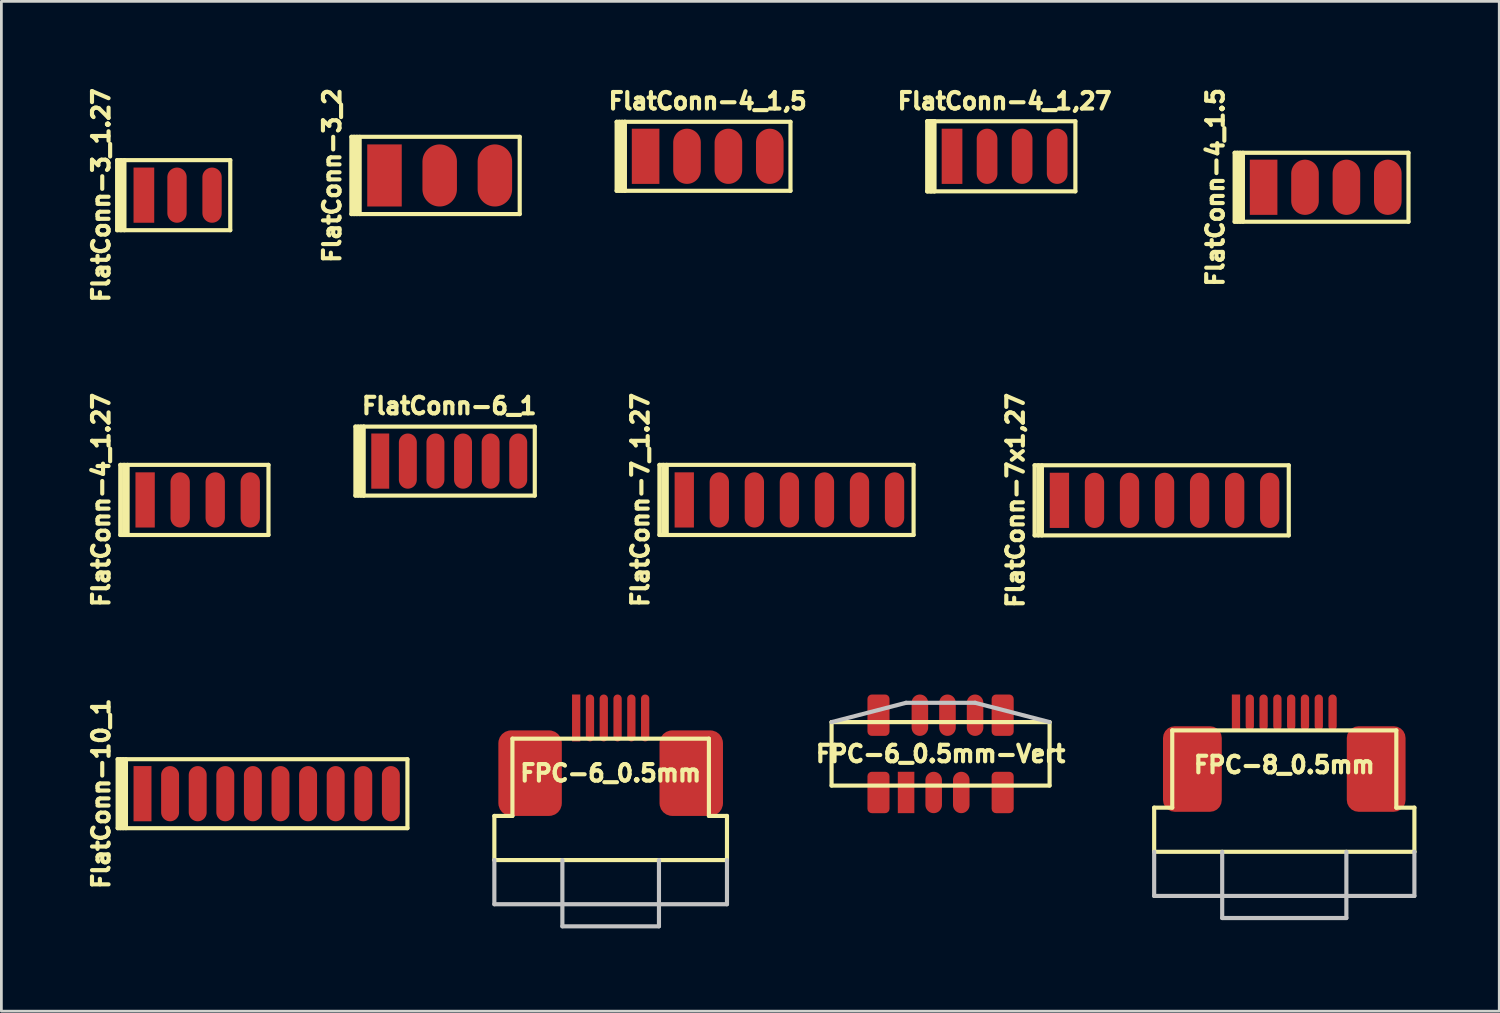
<source format=kicad_pcb>
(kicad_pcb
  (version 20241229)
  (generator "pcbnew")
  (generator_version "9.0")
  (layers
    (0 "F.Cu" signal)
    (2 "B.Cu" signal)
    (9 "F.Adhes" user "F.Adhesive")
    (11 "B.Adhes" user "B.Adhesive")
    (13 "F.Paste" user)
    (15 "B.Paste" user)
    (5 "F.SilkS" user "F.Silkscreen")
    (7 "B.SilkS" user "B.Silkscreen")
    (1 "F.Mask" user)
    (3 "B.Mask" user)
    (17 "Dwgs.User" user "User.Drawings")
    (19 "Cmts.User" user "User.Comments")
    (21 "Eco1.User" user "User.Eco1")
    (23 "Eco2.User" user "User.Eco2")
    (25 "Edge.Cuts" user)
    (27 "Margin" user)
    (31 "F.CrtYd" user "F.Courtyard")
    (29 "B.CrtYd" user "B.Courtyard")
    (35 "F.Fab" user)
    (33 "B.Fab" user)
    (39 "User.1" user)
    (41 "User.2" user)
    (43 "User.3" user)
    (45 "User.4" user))
  (footprint "FlatConn-6_1"
    (layer "F.Cu")
    (at 13.229 13.659)
    (property "Reference" "FlatConn-6_1" (at 0 -2 0) (layer "F.SilkS") (effects (font (size 0.6 0.6) (thickness 0.15))))
    (attr through_hole)
    (fp_line (start -3.4 -1.25) (end -3.1 -1.25) (stroke (width 0.15) (type solid)) (layer "F.SilkS"))
    (fp_line (start -3.4 1.25) (end -3.4 -1.25) (stroke (width 0.15) (type solid)) (layer "F.SilkS"))
    (fp_line (start -3.3 -1.25) (end -3.3 1.25) (stroke (width 0.15) (type solid)) (layer "F.SilkS"))
    (fp_line (start -3.2 1.25) (end -3.2 -1.25) (stroke (width 0.15) (type solid)) (layer "F.SilkS"))
    (fp_line (start -3.1 -1.25) (end 3.1 -1.25) (stroke (width 0.15) (type solid)) (layer "F.SilkS"))
    (fp_line (start -3.1 1.25) (end -3.4 1.25) (stroke (width 0.15) (type solid)) (layer "F.SilkS"))
    (fp_line (start -3.1 1.25) (end -3.1 -1.25) (stroke (width 0.15) (type solid)) (layer "F.SilkS"))
    (fp_line (start -3.1 1.25) (end 3.1 1.25) (stroke (width 0.15) (type solid)) (layer "F.SilkS"))
    (fp_line (start 3.1 1.25) (end 3.1 -1.25) (stroke (width 0.15) (type solid)) (layer "F.SilkS"))
    (pad "1" smd rect (at -2.5 0) (size 0.65 2) (layers "F.Cu" "F.Mask" "F.Paste"))
    (pad "2" smd oval (at -1.5 0) (size 0.65 2) (layers "F.Cu" "F.Mask" "F.Paste"))
    (pad "3" smd oval (at -0.5 0) (size 0.65 2) (layers "F.Cu" "F.Mask" "F.Paste"))
    (pad "4" smd oval (at 0.5 0) (size 0.65 2) (layers "F.Cu" "F.Mask" "F.Paste"))
    (pad "5" smd oval (at 1.5 0) (size 0.65 2) (layers "F.Cu" "F.Mask" "F.Paste"))
    (pad "6" smd oval (at 2.5 0) (size 0.65 2) (layers "F.Cu" "F.Mask" "F.Paste")))
  (footprint "FlatConn-3_2"
    (layer "F.Cu")
    (at 12.883 3.308)
    (property "Reference" "FlatConn-3_2" (at -3.9 0 90) (layer "F.SilkS") (effects (font (size 0.6 0.6) (thickness 0.15))))
    (attr through_hole)
    (fp_line (start -3.2 -1.4) (end 2.9 -1.4) (stroke (width 0.15) (type solid)) (layer "F.SilkS"))
    (fp_line (start -3.2 1.4) (end -3.2 -1.4) (stroke (width 0.15) (type solid)) (layer "F.SilkS"))
    (fp_line (start -3.1 -1.4) (end -3.1 1.4) (stroke (width 0.15) (type solid)) (layer "F.SilkS"))
    (fp_line (start -3 1.4) (end -3 -1.4) (stroke (width 0.15) (type solid)) (layer "F.SilkS"))
    (fp_line (start -2.9 1.4) (end -2.9 -1.4) (stroke (width 0.15) (type solid)) (layer "F.SilkS"))
    (fp_line (start 2.9 1.4) (end -3.2 1.4) (stroke (width 0.15) (type solid)) (layer "F.SilkS"))
    (fp_line (start 2.9 1.4) (end 2.9 -1.4) (stroke (width 0.15) (type solid)) (layer "F.SilkS"))
    (pad "1" smd rect (at -2 0) (size 1.25 2.25) (layers "F.Cu" "F.Mask" "F.Paste"))
    (pad "2" smd oval (at 0 0) (size 1.25 2.25) (layers "F.Cu" "F.Mask" "F.Paste"))
    (pad "3" smd oval (at 2 0) (size 1.25 2.25) (layers "F.Cu" "F.Mask" "F.Paste")))
  (footprint "FlatConn-7_1.27"
    (layer "F.Cu")
    (at 25.556 15.066)
    (property "Reference" "FlatConn-7_1.27" (at -5.405 0 90) (layer "F.SilkS") (effects (font (size 0.6 0.6) (thickness 0.15))))
    (attr through_hole)
    (fp_line (start -4.71 -1.27) (end 4.5 -1.27) (stroke (width 0.15) (type solid)) (layer "F.SilkS"))
    (fp_line (start -4.71 1.27) (end -4.71 -1.27) (stroke (width 0.15) (type solid)) (layer "F.SilkS"))
    (fp_line (start -4.71 1.27) (end 4.5 1.27) (stroke (width 0.15) (type solid)) (layer "F.SilkS"))
    (fp_line (start -4.572 -1.27) (end -4.572 1.27) (stroke (width 0.15) (type solid)) (layer "F.SilkS"))
    (fp_line (start -4.445 1.27) (end -4.445 -1.27) (stroke (width 0.15) (type solid)) (layer "F.SilkS"))
    (fp_line (start 4.5 -1.27) (end 4.5 1.27) (stroke (width 0.15) (type solid)) (layer "F.SilkS"))
    (pad "1" smd rect (at -3.81 0) (size 0.7 2) (layers "F.Cu" "F.Mask" "F.Paste"))
    (pad "2" smd oval (at -2.54 0) (size 0.7 2) (layers "F.Cu" "F.Mask" "F.Paste"))
    (pad "3" smd oval (at -1.27 0) (size 0.7 2) (layers "F.Cu" "F.Mask" "F.Paste"))
    (pad "4" smd oval (at 0 0) (size 0.7 2) (layers "F.Cu" "F.Mask" "F.Paste"))
    (pad "5" smd oval (at 1.27 0) (size 0.7 2) (layers "F.Cu" "F.Mask" "F.Paste"))
    (pad "6" smd oval (at 2.54 0) (size 0.7 2) (layers "F.Cu" "F.Mask" "F.Paste"))
    (pad "7" smd oval (at 3.81 0) (size 0.7 2) (layers "F.Cu" "F.Mask" "F.Paste")))
  (footprint "FPC-8_0.5mm"
    (layer "F.Cu")
    (at 43.489 25.267)
    (property "Reference" "FPC-8_0.5mm" (at 0 -0.6 0) (layer "F.SilkS") (effects (font (size 0.6 0.6) (thickness 0.15))))
    (attr smd)
    (fp_line (start -4.715 0.95) (end -4.06 0.95) (stroke (width 0.15) (type solid)) (layer "F.SilkS"))
    (fp_line (start -4.715 2.55) (end -4.715 0.95) (stroke (width 0.15) (type solid)) (layer "F.SilkS"))
    (fp_line (start -4.715 2.55) (end 4.715 2.55) (stroke (width 0.15) (type solid)) (layer "F.SilkS"))
    (fp_line (start -4.06 0.95) (end -4.06 -1.85) (stroke (width 0.15) (type solid)) (layer "F.SilkS"))
    (fp_line (start 4.06 -1.85) (end -4.06 -1.85) (stroke (width 0.15) (type solid)) (layer "F.SilkS"))
    (fp_line (start 4.06 0.95) (end 4.06 -1.85) (stroke (width 0.15) (type solid)) (layer "F.SilkS"))
    (fp_line (start 4.715 0.95) (end 4.06 0.95) (stroke (width 0.15) (type solid)) (layer "F.SilkS"))
    (fp_line (start 4.715 2.55) (end 4.715 0.95) (stroke (width 0.15) (type solid)) (layer "F.SilkS"))
    (fp_line (start -4.715 4.15) (end -4.715 2.55) (stroke (width 0.15) (type solid)) (layer "Dwgs.User"))
    (fp_line (start -2.25 4.95) (end -2.25 2.55) (stroke (width 0.15) (type solid)) (layer "Dwgs.User"))
    (fp_line (start 2.25 4.95) (end -2.25 4.95) (stroke (width 0.15) (type solid)) (layer "Dwgs.User"))
    (fp_line (start 2.25 4.95) (end 2.25 2.55) (stroke (width 0.15) (type solid)) (layer "Dwgs.User"))
    (fp_line (start 4.715 2.55) (end 4.715 4.15) (stroke (width 0.15) (type solid)) (layer "Dwgs.User"))
    (fp_line (start 4.715 4.15) (end -4.715 4.15) (stroke (width 0.15) (type solid)) (layer "Dwgs.User"))
    (pad "1" smd rect (at -1.75 -2.5) (size 0.3 1.3) (layers "F.Cu" "F.Mask" "F.Paste"))
    (pad "2" smd oval (at -1.25 -2.5) (size 0.3 1.3) (layers "F.Cu" "F.Mask" "F.Paste"))
    (pad "3" smd oval (at -0.75 -2.5) (size 0.3 1.3) (layers "F.Cu" "F.Mask" "F.Paste"))
    (pad "4" smd oval (at -0.25 -2.5) (size 0.3 1.3) (layers "F.Cu" "F.Mask" "F.Paste"))
    (pad "5" smd oval (at 0.25 -2.5) (size 0.3 1.3) (layers "F.Cu" "F.Mask" "F.Paste"))
    (pad "6" smd oval (at 0.75 -2.5) (size 0.3 1.3) (layers "F.Cu" "F.Mask" "F.Paste"))
    (pad "7" smd oval (at 1.25 -2.5) (size 0.3 1.3) (layers "F.Cu" "F.Mask" "F.Paste"))
    (pad "8" smd oval (at 1.75 -2.5) (size 0.3 1.3) (layers "F.Cu" "F.Mask" "F.Paste"))
    (pad "H" smd roundrect (at -3.33 -0.45) (size 2.13 3.1) (layers "F.Cu" "F.Mask" "F.Paste") (roundrect_rratio 0.2))
    (pad "H" smd roundrect (at 3.33 -0.45) (size 2.13 3.1) (layers "F.Cu" "F.Mask" "F.Paste") (roundrect_rratio 0.2)))
  (footprint "FlatConn-4_1,27"
    (layer "F.Cu")
    (at 33.354 2.614)
    (property "Reference" "FlatConn-4_1,27" (at 0 -2 0) (layer "F.SilkS") (effects (font (size 0.6 0.6) (thickness 0.15))))
    (attr through_hole)
    (fp_line (start -2.805 -1.27) (end 2.565 -1.27) (stroke (width 0.15) (type solid)) (layer "F.SilkS"))
    (fp_line (start -2.805 1.27) (end -2.805 -1.27) (stroke (width 0.15) (type solid)) (layer "F.SilkS"))
    (fp_line (start -2.805 1.27) (end 2.565 1.27) (stroke (width 0.15) (type solid)) (layer "F.SilkS"))
    (fp_line (start -2.794 -1.27) (end -2.54 -1.27) (stroke (width 0.15) (type solid)) (layer "F.SilkS"))
    (fp_line (start -2.667 -1.27) (end -2.667 1.27) (stroke (width 0.15) (type solid)) (layer "F.SilkS"))
    (fp_line (start -2.54 -1.27) (end -2.667 -1.27) (stroke (width 0.15) (type solid)) (layer "F.SilkS"))
    (fp_line (start -2.54 1.27) (end -2.794 1.27) (stroke (width 0.15) (type solid)) (layer "F.SilkS"))
    (fp_line (start -2.54 1.27) (end -2.54 -1.27) (stroke (width 0.15) (type solid)) (layer "F.SilkS"))
    (fp_line (start 2.565 -1.27) (end 2.565 1.27) (stroke (width 0.15) (type solid)) (layer "F.SilkS"))
    (pad "1" smd rect (at -1.905 0) (size 0.75 2) (layers "F.Cu" "F.Mask" "F.Paste"))
    (pad "2" smd oval (at -0.635 0) (size 0.75 2) (layers "F.Cu" "F.Mask" "F.Paste"))
    (pad "3" smd oval (at 0.635 0) (size 0.75 2) (layers "F.Cu" "F.Mask" "F.Paste"))
    (pad "4" smd oval (at 1.905 0) (size 0.75 2) (layers "F.Cu" "F.Mask" "F.Paste")))
  (footprint "FPC-6_0.5mm"
    (layer "F.Cu")
    (at 19.079 24.967)
    (property "Reference" "FPC-6_0.5mm" (at 0 0 0) (layer "F.SilkS") (effects (font (size 0.6 0.6) (thickness 0.15))))
    (attr smd)
    (fp_line (start -4.215 1.55) (end -3.56 1.55) (stroke (width 0.15) (type solid)) (layer "F.SilkS"))
    (fp_line (start -4.215 3.15) (end -4.215 1.55) (stroke (width 0.15) (type solid)) (layer "F.SilkS"))
    (fp_line (start -4.215 3.15) (end 4.215 3.15) (stroke (width 0.15) (type solid)) (layer "F.SilkS"))
    (fp_line (start -3.56 1.55) (end -3.56 -1.25) (stroke (width 0.15) (type solid)) (layer "F.SilkS"))
    (fp_line (start 3.56 -1.25) (end -3.56 -1.25) (stroke (width 0.15) (type solid)) (layer "F.SilkS"))
    (fp_line (start 3.56 1.55) (end 3.56 -1.25) (stroke (width 0.15) (type solid)) (layer "F.SilkS"))
    (fp_line (start 4.215 1.55) (end 3.56 1.55) (stroke (width 0.15) (type solid)) (layer "F.SilkS"))
    (fp_line (start 4.215 3.15) (end 4.215 1.55) (stroke (width 0.15) (type solid)) (layer "F.SilkS"))
    (fp_line (start -4.215 4.75) (end -4.215 3.15) (stroke (width 0.15) (type solid)) (layer "Dwgs.User"))
    (fp_line (start -1.75 5.55) (end -1.75 3.15) (stroke (width 0.15) (type solid)) (layer "Dwgs.User"))
    (fp_line (start 1.75 5.55) (end -1.75 5.55) (stroke (width 0.15) (type solid)) (layer "Dwgs.User"))
    (fp_line (start 1.75 5.55) (end 1.75 3.15) (stroke (width 0.15) (type solid)) (layer "Dwgs.User"))
    (fp_line (start 4.215 3.15) (end 4.215 4.75) (stroke (width 0.15) (type solid)) (layer "Dwgs.User"))
    (fp_line (start 4.215 4.75) (end -4.215 4.75) (stroke (width 0.15) (type solid)) (layer "Dwgs.User"))
    (pad "1" smd rect (at -1.25 -2) (size 0.3 1.7) (layers "F.Cu" "F.Mask" "F.Paste"))
    (pad "2" smd oval (at -0.75 -2) (size 0.3 1.7) (layers "F.Cu" "F.Mask" "F.Paste"))
    (pad "3" smd oval (at -0.25 -2) (size 0.3 1.7) (layers "F.Cu" "F.Mask" "F.Paste"))
    (pad "4" smd oval (at 0.25 -2) (size 0.3 1.7) (layers "F.Cu" "F.Mask" "F.Paste"))
    (pad "5" smd oval (at 0.75 -2) (size 0.3 1.7) (layers "F.Cu" "F.Mask" "F.Paste"))
    (pad "6" smd oval (at 1.25 -2) (size 0.3 1.7) (layers "F.Cu" "F.Mask" "F.Paste"))
    (pad "H" smd roundrect (at -2.92 0) (size 2.3 3.1) (layers "F.Cu" "F.Mask" "F.Paste") (roundrect_rratio 0.2))
    (pad "H" smd roundrect (at 2.92 0) (size 2.3 3.1) (layers "F.Cu" "F.Mask" "F.Paste") (roundrect_rratio 0.2)))
  (footprint "FlatConn-4_1.5"
    (layer "F.Cu")
    (at 44.99 3.736)
    (property "Reference" "FlatConn-4_1.5" (at -4 0 90) (layer "F.SilkS") (effects (font (size 0.6 0.6) (thickness 0.15))))
    (attr through_hole)
    (fp_line (start -3.3 -1.25) (end 3 -1.25) (stroke (width 0.15) (type solid)) (layer "F.SilkS"))
    (fp_line (start -3.3 1.25) (end -3.3 -1.25) (stroke (width 0.15) (type solid)) (layer "F.SilkS"))
    (fp_line (start -3.2 -1.25) (end -3.2 1.25) (stroke (width 0.15) (type solid)) (layer "F.SilkS"))
    (fp_line (start -3.1 1.25) (end -3.1 -1.25) (stroke (width 0.15) (type solid)) (layer "F.SilkS"))
    (fp_line (start -3 1.25) (end -3 -1.25) (stroke (width 0.15) (type solid)) (layer "F.SilkS"))
    (fp_line (start 3 1.25) (end -3.3 1.25) (stroke (width 0.15) (type solid)) (layer "F.SilkS"))
    (fp_line (start 3 1.25) (end 3 -1.25) (stroke (width 0.15) (type solid)) (layer "F.SilkS"))
    (pad "1" smd rect (at -2.25 0) (size 1 2) (layers "F.Cu" "F.Mask" "F.Paste"))
    (pad "2" smd oval (at -0.75 0) (size 1 2) (layers "F.Cu" "F.Mask" "F.Paste"))
    (pad "3" smd oval (at 0.75 0) (size 1 2) (layers "F.Cu" "F.Mask" "F.Paste"))
    (pad "4" smd oval (at 2.25 0) (size 1 2) (layers "F.Cu" "F.Mask" "F.Paste")))
  (footprint "FPC-6_0.5mm-Vert"
    (layer "F.Cu")
    (at 31.034 24.267)
    (property "Reference" "FPC-6_0.5mm-Vert" (at 0 0 0) (layer "F.SilkS") (effects (font (size 0.6 0.6) (thickness 0.15))))
    (attr smd)
    (fp_line (start -3.95 1.15) (end -3.95 -1.15) (stroke (width 0.15) (type solid)) (layer "F.SilkS"))
    (fp_line (start 3.95 -1.15) (end -3.95 -1.15) (stroke (width 0.15) (type solid)) (layer "F.SilkS"))
    (fp_line (start 3.95 1.15) (end -3.95 1.15) (stroke (width 0.15) (type solid)) (layer "F.SilkS"))
    (fp_line (start 3.95 1.15) (end 3.95 -1.15) (stroke (width 0.15) (type solid)) (layer "F.SilkS"))
    (fp_line (start -1.25 -1.85) (end -3.95 -1.15) (stroke (width 0.15) (type solid)) (layer "Dwgs.User"))
    (fp_line (start 1.25 -1.85) (end -1.25 -1.85) (stroke (width 0.15) (type solid)) (layer "Dwgs.User"))
    (fp_line (start 3.95 -1.15) (end 1.25 -1.85) (stroke (width 0.15) (type solid)) (layer "Dwgs.User"))
    (pad "1" smd rect (at -1.25 1.4) (size 0.6 1.5) (layers "F.Cu" "F.Mask" "F.Paste"))
    (pad "2" smd oval (at -0.75 -1.4) (size 0.6 1.5) (layers "F.Cu" "F.Mask" "F.Paste"))
    (pad "3" smd oval (at -0.25 1.4) (size 0.6 1.5) (layers "F.Cu" "F.Mask" "F.Paste"))
    (pad "4" smd oval (at 0.25 -1.4) (size 0.6 1.5) (layers "F.Cu" "F.Mask" "F.Paste"))
    (pad "5" smd oval (at 0.75 1.4) (size 0.6 1.5) (layers "F.Cu" "F.Mask" "F.Paste"))
    (pad "6" smd oval (at 1.25 -1.4) (size 0.6 1.5) (layers "F.Cu" "F.Mask" "F.Paste"))
    (pad "H" smd roundrect (at -2.25 -1.4) (size 0.8 1.5) (layers "F.Cu" "F.Mask" "F.Paste") (roundrect_rratio 0.2))
    (pad "H" smd roundrect (at -2.25 1.4) (size 0.8 1.5) (layers "F.Cu" "F.Mask" "F.Paste") (roundrect_rratio 0.2))
    (pad "H" smd roundrect (at 2.25 -1.4) (size 0.8 1.5) (layers "F.Cu" "F.Mask" "F.Paste") (roundrect_rratio 0.2))
    (pad "H" smd roundrect (at 2.25 1.4) (size 0.8 1.5) (layers "F.Cu" "F.Mask" "F.Paste") (roundrect_rratio 0.2)))
  (footprint "FlatConn-10_1"
    (layer "F.Cu")
    (at 6.614 25.711)
    (property "Reference" "FlatConn-10_1" (at -6 0 90) (layer "F.SilkS") (effects (font (size 0.6 0.6) (thickness 0.15))))
    (attr through_hole)
    (fp_line (start -5.4 -1.25) (end 5.1 -1.25) (stroke (width 0.15) (type solid)) (layer "F.SilkS"))
    (fp_line (start -5.4 1.25) (end -5.4 -1.25) (stroke (width 0.15) (type solid)) (layer "F.SilkS"))
    (fp_line (start -5.4 1.25) (end 5.1 1.25) (stroke (width 0.15) (type solid)) (layer "F.SilkS"))
    (fp_line (start -5.3 -1.25) (end -5.3 1.25) (stroke (width 0.15) (type solid)) (layer "F.SilkS"))
    (fp_line (start -5.2 1.25) (end -5.2 -1.25) (stroke (width 0.15) (type solid)) (layer "F.SilkS"))
    (fp_line (start -5.1 1.25) (end -5.1 -1.25) (stroke (width 0.15) (type solid)) (layer "F.SilkS"))
    (fp_line (start 5.1 1.25) (end 5.1 -1.25) (stroke (width 0.15) (type solid)) (layer "F.SilkS"))
    (pad "1" smd rect (at -4.5 0) (size 0.65 2) (layers "F.Cu" "F.Mask" "F.Paste"))
    (pad "2" smd oval (at -3.5 0) (size 0.65 2) (layers "F.Cu" "F.Mask" "F.Paste"))
    (pad "3" smd oval (at -2.5 0) (size 0.65 2) (layers "F.Cu" "F.Mask" "F.Paste"))
    (pad "4" smd oval (at -1.5 0) (size 0.65 2) (layers "F.Cu" "F.Mask" "F.Paste"))
    (pad "5" smd oval (at -0.5 0) (size 0.65 2) (layers "F.Cu" "F.Mask" "F.Paste"))
    (pad "6" smd oval (at 0.5 0) (size 0.65 2) (layers "F.Cu" "F.Mask" "F.Paste"))
    (pad "7" smd oval (at 1.5 0) (size 0.65 2) (layers "F.Cu" "F.Mask" "F.Paste"))
    (pad "8" smd oval (at 2.5 0) (size 0.65 2) (layers "F.Cu" "F.Mask" "F.Paste"))
    (pad "9" smd oval (at 3.5 0) (size 0.65 2) (layers "F.Cu" "F.Mask" "F.Paste"))
    (pad "10" smd oval (at 4.5 0) (size 0.65 2) (layers "F.Cu" "F.Mask" "F.Paste")))
  (footprint "FlatConn-3_1.27"
    (layer "F.Cu")
    (at 3.364 4.022)
    (property "Reference" "FlatConn-3_1.27" (at -2.75 0 90) (layer "F.SilkS") (effects (font (size 0.6 0.6) (thickness 0.15))))
    (attr through_hole)
    (fp_line (start -2.17 -1.27) (end 1.93 -1.27) (stroke (width 0.15) (type solid)) (layer "F.SilkS"))
    (fp_line (start -2.17 1.27) (end -2.17 -1.27) (stroke (width 0.15) (type solid)) (layer "F.SilkS"))
    (fp_line (start -2.17 1.27) (end 1.93 1.27) (stroke (width 0.15) (type solid)) (layer "F.SilkS"))
    (fp_line (start -2.032 -1.27) (end -2.032 1.27) (stroke (width 0.15) (type solid)) (layer "F.SilkS"))
    (fp_line (start -1.905 1.27) (end -1.905 -1.27) (stroke (width 0.15) (type solid)) (layer "F.SilkS"))
    (fp_line (start 1.93 -1.27) (end 1.93 1.27) (stroke (width 0.15) (type solid)) (layer "F.SilkS"))
    (pad "1" smd rect (at -1.2 0) (size 0.75 2) (layers "F.Cu" "F.Mask" "F.Paste"))
    (pad "2" smd oval (at 0 0) (size 0.7 2) (layers "F.Cu" "F.Mask" "F.Paste"))
    (pad "3" smd oval (at 1.27 0) (size 0.7 2) (layers "F.Cu" "F.Mask" "F.Paste")))
  (footprint "FlatConn-4_1,5"
    (layer "F.Cu")
    (at 22.595 2.614)
    (property "Reference" "FlatConn-4_1,5" (at 0 -2 0) (layer "F.SilkS") (effects (font (size 0.6 0.6) (thickness 0.15))))
    (attr through_hole)
    (fp_line (start -3.3 1.25) (end -3.3 -1.25) (stroke (width 0.15) (type solid)) (layer "F.SilkS"))
    (fp_line (start -3.2 -1.25) (end -3.2 1.25) (stroke (width 0.15) (type solid)) (layer "F.SilkS"))
    (fp_line (start -3.1 1.25) (end -3.1 -1.25) (stroke (width 0.15) (type solid)) (layer "F.SilkS"))
    (fp_line (start -3 -1.25) (end -3.3 -1.25) (stroke (width 0.15) (type solid)) (layer "F.SilkS"))
    (fp_line (start -3 -1.25) (end 3 -1.25) (stroke (width 0.15) (type solid)) (layer "F.SilkS"))
    (fp_line (start -3 1.25) (end -3.3 1.25) (stroke (width 0.15) (type solid)) (layer "F.SilkS"))
    (fp_line (start -3 1.25) (end -3 -1.25) (stroke (width 0.15) (type solid)) (layer "F.SilkS"))
    (fp_line (start 3 1.25) (end -3 1.25) (stroke (width 0.15) (type solid)) (layer "F.SilkS"))
    (fp_line (start 3 1.25) (end 3 -1.25) (stroke (width 0.15) (type solid)) (layer "F.SilkS"))
    (pad "1" smd rect (at -2.25 0) (size 1 2) (layers "F.Cu" "F.Mask" "F.Paste"))
    (pad "2" smd oval (at -0.75 0) (size 1 2) (layers "F.Cu" "F.Mask" "F.Paste"))
    (pad "3" smd oval (at 0.75 0) (size 1 2) (layers "F.Cu" "F.Mask" "F.Paste"))
    (pad "4" smd oval (at 2.25 0) (size 1 2) (layers "F.Cu" "F.Mask" "F.Paste")))
  (footprint "FlatConn-4_1.27"
    (layer "F.Cu")
    (at 4.114 15.066)
    (property "Reference" "FlatConn-4_1.27" (at -3.5 0 90) (layer "F.SilkS") (effects (font (size 0.6 0.6) (thickness 0.15))))
    (attr through_hole)
    (fp_line (start -2.805 -1.27) (end 2.565 -1.27) (stroke (width 0.15) (type solid)) (layer "F.SilkS"))
    (fp_line (start -2.805 1.27) (end -2.805 -1.27) (stroke (width 0.15) (type solid)) (layer "F.SilkS"))
    (fp_line (start -2.805 1.27) (end 2.565 1.27) (stroke (width 0.15) (type solid)) (layer "F.SilkS"))
    (fp_line (start -2.667 -1.27) (end -2.667 1.27) (stroke (width 0.15) (type solid)) (layer "F.SilkS"))
    (fp_line (start -2.54 1.27) (end -2.54 -1.27) (stroke (width 0.15) (type solid)) (layer "F.SilkS"))
    (fp_line (start 2.565 -1.27) (end 2.565 1.27) (stroke (width 0.15) (type solid)) (layer "F.SilkS"))
    (pad "1" smd rect (at -1.905 0) (size 0.7 2) (layers "F.Cu" "F.Mask" "F.Paste"))
    (pad "2" smd oval (at -0.635 0) (size 0.7 2) (layers "F.Cu" "F.Mask" "F.Paste"))
    (pad "3" smd oval (at 0.635 0) (size 0.7 2) (layers "F.Cu" "F.Mask" "F.Paste"))
    (pad "4" smd oval (at 1.905 0) (size 0.7 2) (layers "F.Cu" "F.Mask" "F.Paste")))
  (footprint "FlatConn-7x1,27"
    (layer "F.Cu")
    (at 39.151 15.081)
    (property "Reference" "FlatConn-7x1,27" (at -5.405 0 90) (layer "F.SilkS") (effects (font (size 0.6 0.6) (thickness 0.15))))
    (attr through_hole)
    (fp_line (start -4.71 -1.27) (end 4.5 -1.27) (stroke (width 0.15) (type solid)) (layer "F.SilkS"))
    (fp_line (start -4.71 1.27) (end -4.71 -1.27) (stroke (width 0.15) (type solid)) (layer "F.SilkS"))
    (fp_line (start -4.71 1.27) (end 4.5 1.27) (stroke (width 0.15) (type solid)) (layer "F.SilkS"))
    (fp_line (start -4.572 -1.27) (end -4.572 1.27) (stroke (width 0.15) (type solid)) (layer "F.SilkS"))
    (fp_line (start -4.445 1.27) (end -4.445 -1.27) (stroke (width 0.15) (type solid)) (layer "F.SilkS"))
    (fp_line (start 4.5 -1.27) (end 4.5 1.27) (stroke (width 0.15) (type solid)) (layer "F.SilkS"))
    (pad "1" smd rect (at -3.81 0) (size 0.7 2) (layers "F.Cu" "F.Mask" "F.Paste"))
    (pad "2" smd oval (at -2.54 0) (size 0.7 2) (layers "F.Cu" "F.Mask" "F.Paste"))
    (pad "3" smd oval (at -1.27 0) (size 0.7 2) (layers "F.Cu" "F.Mask" "F.Paste"))
    (pad "4" smd oval (at 0 0) (size 0.7 2) (layers "F.Cu" "F.Mask" "F.Paste"))
    (pad "5" smd oval (at 1.27 0) (size 0.7 2) (layers "F.Cu" "F.Mask" "F.Paste"))
    (pad "6" smd oval (at 2.54 0) (size 0.7 2) (layers "F.Cu" "F.Mask" "F.Paste"))
    (pad "7" smd oval (at 3.81 0) (size 0.7 2) (layers "F.Cu" "F.Mask" "F.Paste")))
  (gr_rect
    (start -3 -3)
    (end 51.279 33.592)
    (stroke (width 0.1) (type default))
    (fill no)
    (layer "Edge.Cuts")))
</source>
